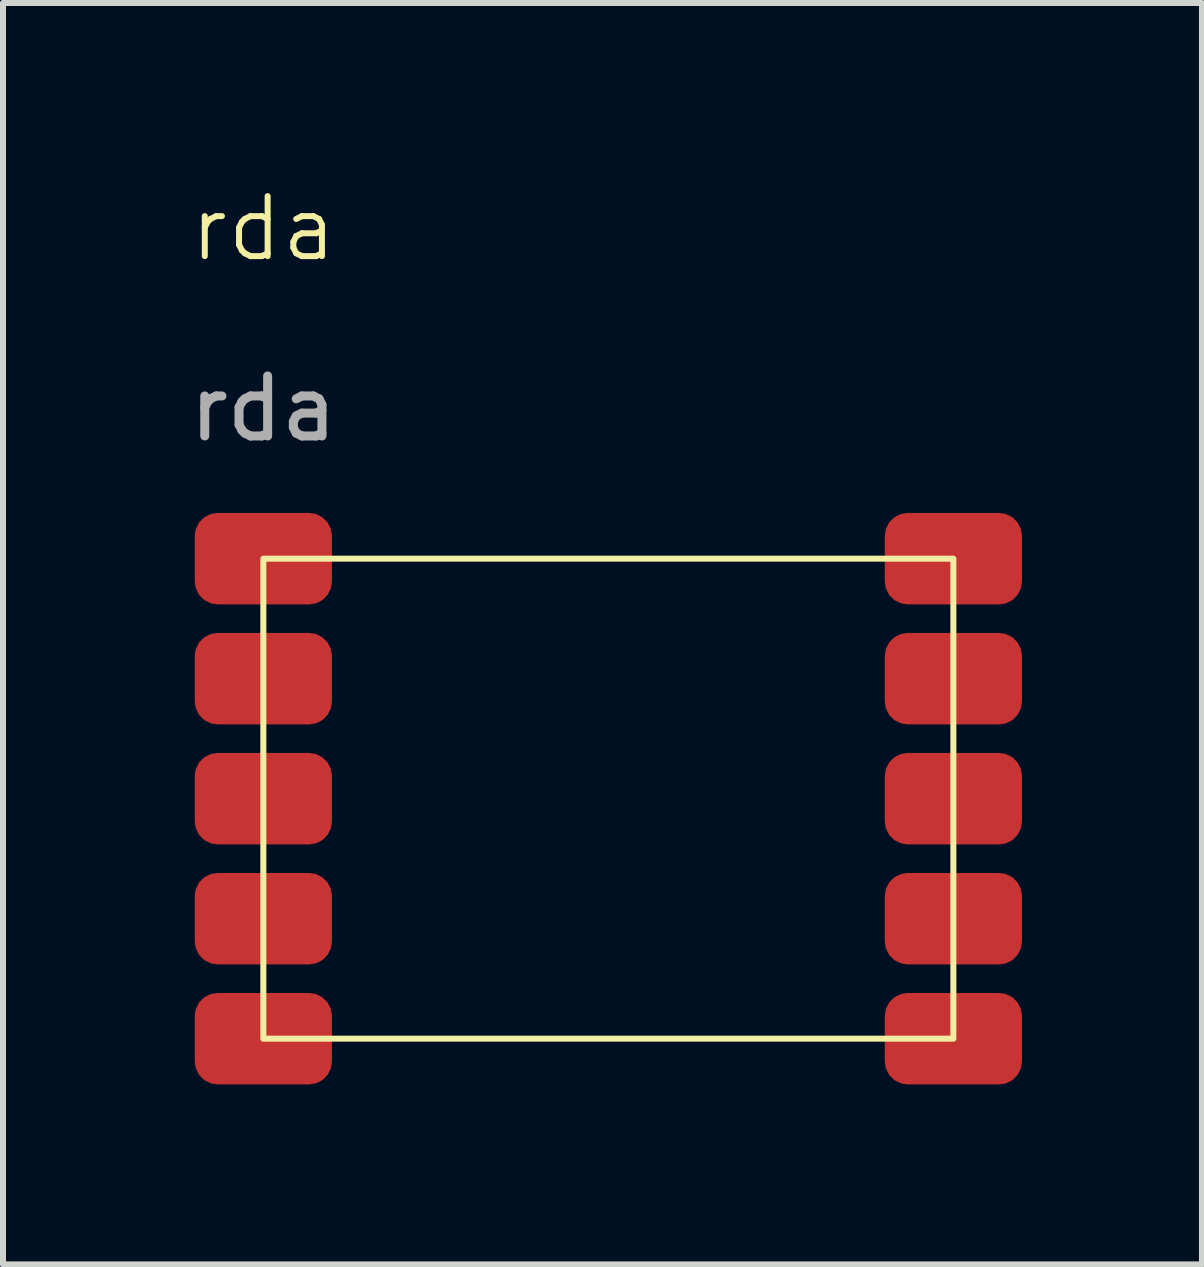
<source format=kicad_pcb>
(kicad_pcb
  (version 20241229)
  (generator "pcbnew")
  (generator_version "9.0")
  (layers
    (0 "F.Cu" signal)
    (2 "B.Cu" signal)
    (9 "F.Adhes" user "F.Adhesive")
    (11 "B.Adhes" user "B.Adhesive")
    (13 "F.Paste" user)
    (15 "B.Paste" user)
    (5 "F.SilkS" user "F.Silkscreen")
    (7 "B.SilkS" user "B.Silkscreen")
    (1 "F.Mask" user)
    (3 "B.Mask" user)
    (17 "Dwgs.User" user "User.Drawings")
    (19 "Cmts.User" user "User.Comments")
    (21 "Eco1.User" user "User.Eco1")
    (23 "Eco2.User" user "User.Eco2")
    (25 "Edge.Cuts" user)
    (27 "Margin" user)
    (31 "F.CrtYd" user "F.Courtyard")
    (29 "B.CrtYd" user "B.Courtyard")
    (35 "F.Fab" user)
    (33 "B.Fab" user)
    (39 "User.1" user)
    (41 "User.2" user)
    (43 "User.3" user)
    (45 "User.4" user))
  (footprint "rda"
    (layer "F.Cu")
    (at 1.339 6.261)
    (property "Reference" "rda" (at 0 -5.5 0) (unlocked yes) (layer "F.SilkS") (effects (font (size 1 1) (thickness 0.1))))
    (attr smd)
    (fp_rect (start 0 0) (end 11.5 8) (stroke (width 0.1) (type default)) (fill no) (layer "F.SilkS"))
    (fp_text user "${REFERENCE}" (at 0 -2.5 0) (unlocked yes) (layer "F.Fab") (effects (font (size 1 1) (thickness 0.15))))
    (pad "1" smd roundrect (at 0 0) (size 2.286 1.524) (layers "F.Cu" "F.Mask" "F.Paste") (roundrect_rratio 0.25))
    (pad "2" smd roundrect (at 0 2) (size 2.286 1.524) (layers "F.Cu" "F.Mask" "F.Paste") (roundrect_rratio 0.25))
    (pad "3" smd roundrect (at 0 4) (size 2.286 1.524) (layers "F.Cu" "F.Mask" "F.Paste") (roundrect_rratio 0.25))
    (pad "4" smd roundrect (at 0 6) (size 2.286 1.524) (layers "F.Cu" "F.Mask" "F.Paste") (roundrect_rratio 0.25))
    (pad "5" smd roundrect (at 0 8) (size 2.286 1.524) (layers "F.Cu" "F.Mask" "F.Paste") (roundrect_rratio 0.25))
    (pad "6" smd roundrect (at 11.5 0) (size 2.286 1.524) (layers "F.Cu" "F.Mask" "F.Paste") (roundrect_rratio 0.25))
    (pad "7" smd roundrect (at 11.5 2) (size 2.286 1.524) (layers "F.Cu" "F.Mask" "F.Paste") (roundrect_rratio 0.25))
    (pad "8" smd roundrect (at 11.5 4) (size 2.286 1.524) (layers "F.Cu" "F.Mask" "F.Paste") (roundrect_rratio 0.25))
    (pad "9" smd roundrect (at 11.5 6) (size 2.286 1.524) (layers "F.Cu" "F.Mask" "F.Paste") (roundrect_rratio 0.25))
    (pad "10" smd roundrect (at 11.5 8) (size 2.286 1.524) (layers "F.Cu" "F.Mask" "F.Paste") (roundrect_rratio 0.25)))
  (gr_rect
    (start -3 -3)
    (end 16.982 18.023)
    (stroke (width 0.1) (type default))
    (fill no)
    (layer "Edge.Cuts")))
</source>
